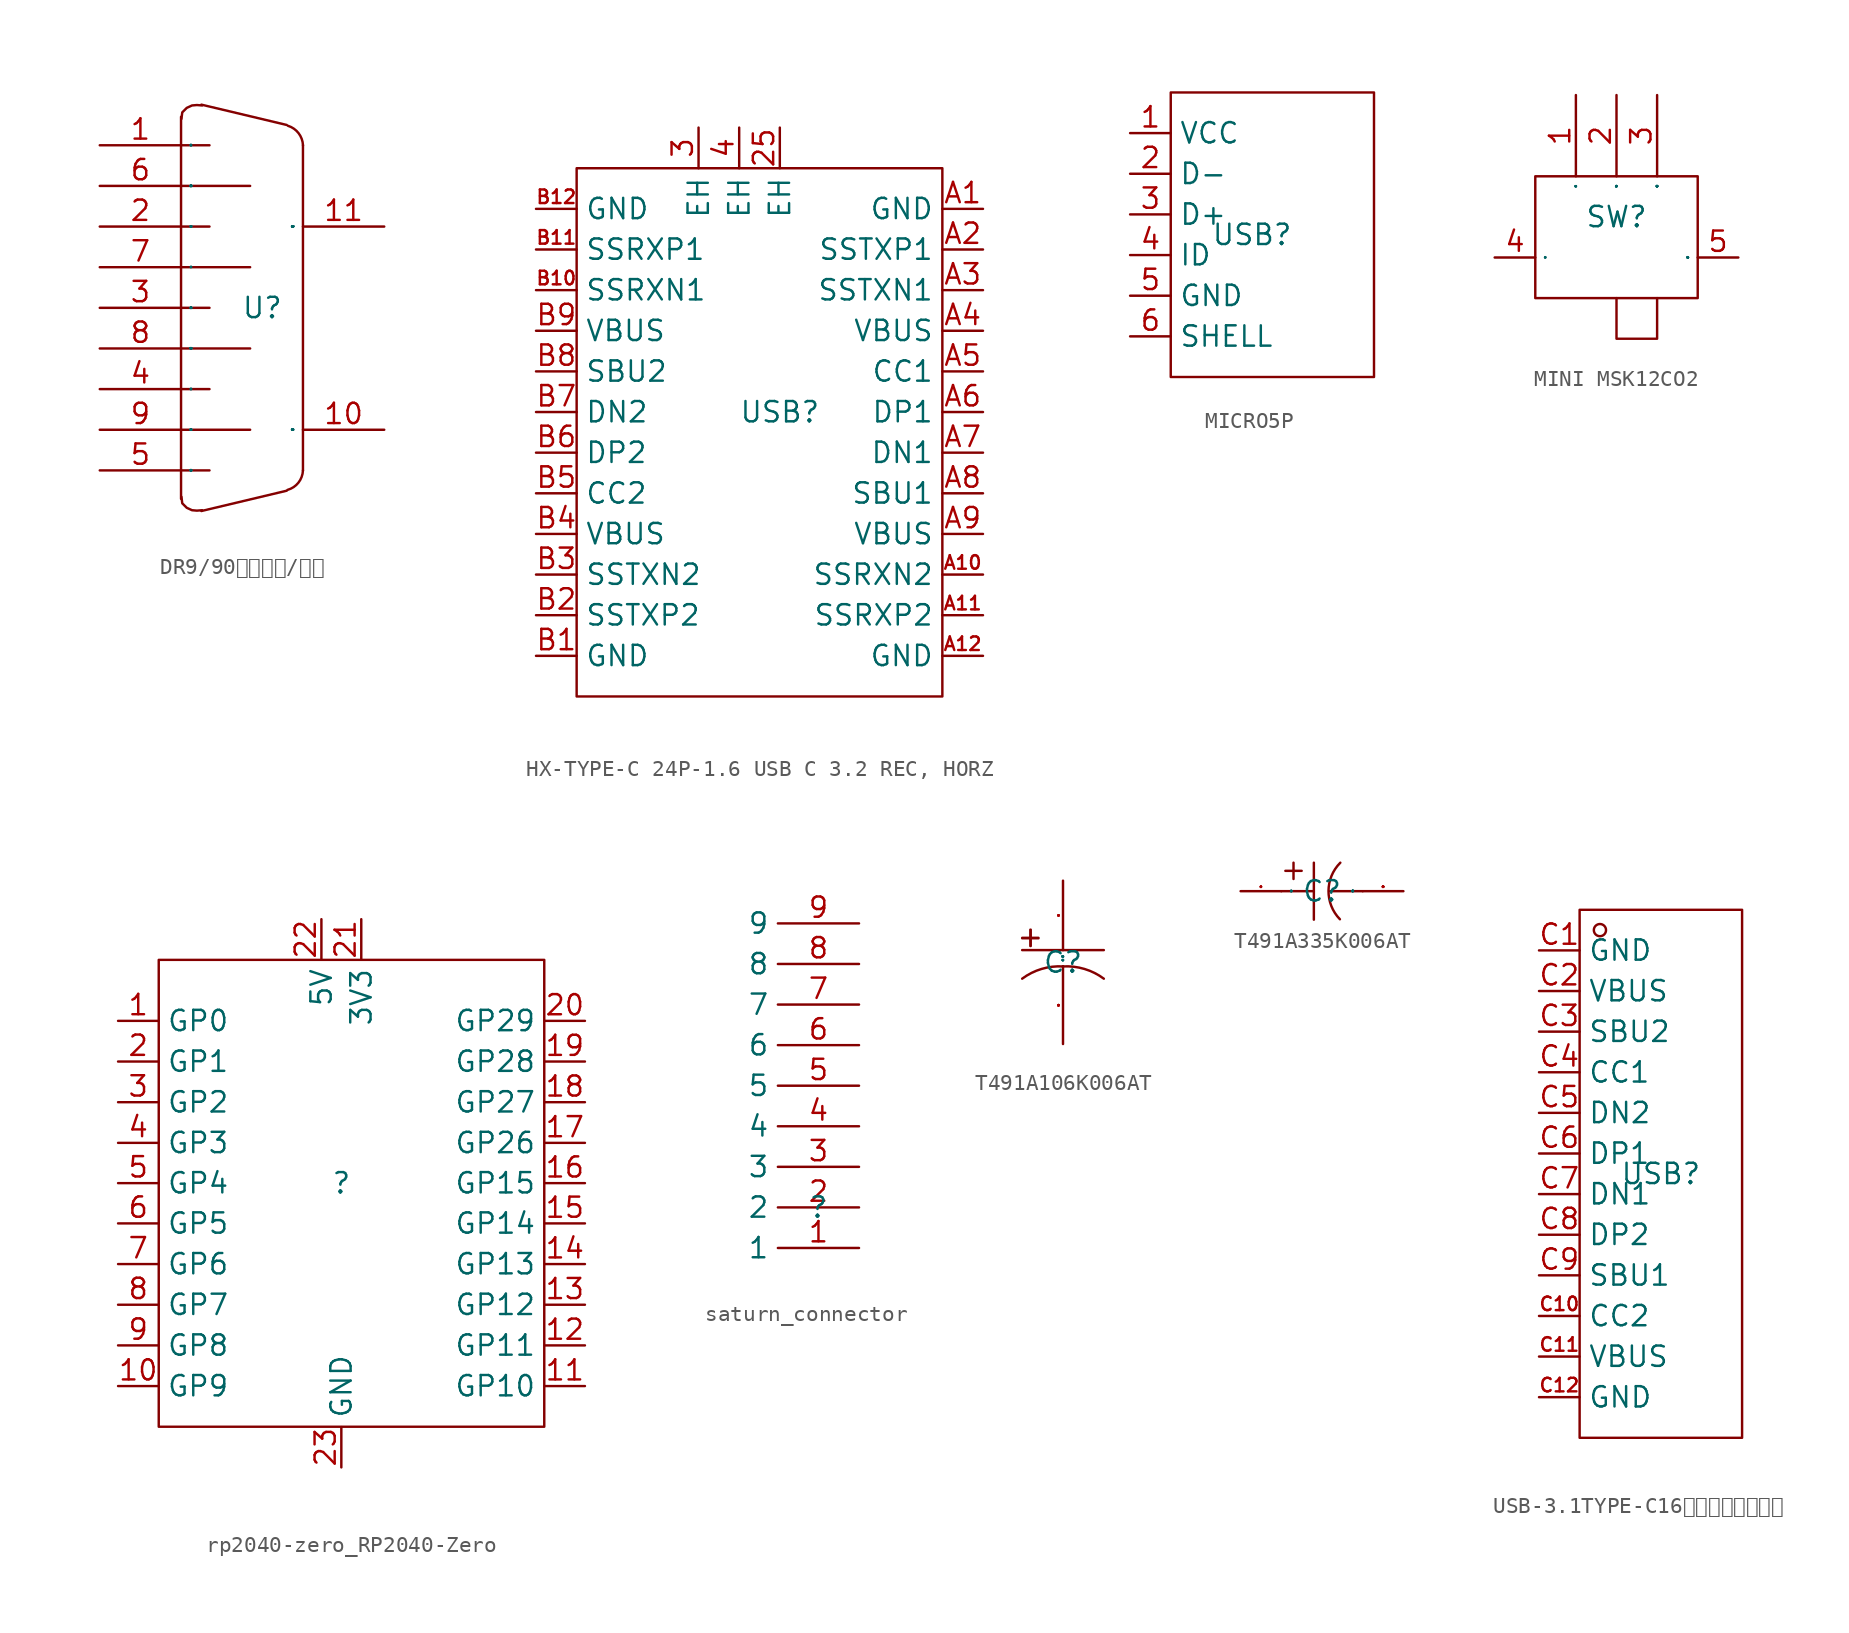
<source format=kicad_sym>
(kicad_symbol_lib
  (version 20241209)
  (generator "kicad_symbol_editor")
  (generator_version "9.0")
  (symbol "DR9/90度插板式/公头"
    (property "Reference" "U"
      (at 0 0 0)
      (effects (font (size 1.27 1.27))))
    (property "Value" ""
      (at 0 0 0)
      (effects (font (size 1.27 1.27))))
    (symbol "DR9/90度插板式/公头_1_0"
      (polyline (pts (xy -5.08 11.938) (xy -5.08 10.16)) (stroke (width 0) (type default)) (fill (type none)))
      (polyline (pts (xy -5.08 7.62) (xy -0.762 7.62)) (stroke (width 0) (type default)) (fill (type none)))
      (polyline (pts (xy -5.08 2.54) (xy -0.762 2.54)) (stroke (width 0) (type default)) (fill (type none)))
      (polyline (pts (xy -5.08 -2.54) (xy -0.762 -2.54)) (stroke (width 0) (type default)) (fill (type none)))
      (polyline (pts (xy -5.08 -7.62) (xy -0.762 -7.62)) (stroke (width 0) (type default)) (fill (type none)))
      (polyline (pts (xy -5.08 -10.16) (xy -5.08 10.16)) (stroke (width 0) (type default)) (fill (type none)))
      (polyline (pts (xy -5.08 -11.938) (xy -5.08 -10.16)) (stroke (width 0) (type default)) (fill (type none)))
      (polyline (pts (xy -5.055 -11.811) (xy -5.004 -12.217) (xy -5.004 -12.217) (xy -4.724 -12.497) (xy -4.724 -12.497) (xy -4.394 -12.649) (xy -4.394 -12.649) (xy -4.089 -12.675) (xy -4.089 -12.675) (xy -3.759 -12.649)) (stroke (width 0) (type default)) (fill (type none)))
      (polyline (pts (xy -3.759 12.649) (xy -4.089 12.675) (xy -4.089 12.675) (xy -4.394 12.649) (xy -4.394 12.649) (xy -4.724 12.497) (xy -4.724 12.497) (xy -5.004 12.217) (xy -5.004 12.217) (xy -5.055 11.811)) (stroke (width 0) (type default)) (fill (type none)))
      (polyline (pts (xy -3.302 10.16) (xy -5.08 10.16)) (stroke (width 0) (type default)) (fill (type none)))
      (polyline (pts (xy -3.302 5.08) (xy -5.08 5.08)) (stroke (width 0) (type default)) (fill (type none)))
      (polyline (pts (xy -3.302 0) (xy -5.08 0)) (stroke (width 0) (type default)) (fill (type none)))
      (polyline (pts (xy -3.302 -5.08) (xy -5.08 -5.08)) (stroke (width 0) (type default)) (fill (type none)))
      (polyline (pts (xy -3.302 -10.16) (xy -5.08 -10.16)) (stroke (width 0) (type default)) (fill (type none)))
      (arc (start 1.6002 11.3792) (mid 2.2633 10.9185) (end 2.54 10.16) (stroke (width 0) (type default)) (fill (type none)))
      (arc (start 2.54 -10.16) (mid 2.2566 -10.9273) (end 1.5748 -11.3792) (stroke (width 0) (type default)) (fill (type none)))
      (polyline (pts (xy 1.524 11.43) (xy -3.81 12.7)) (stroke (width 0) (type default)) (fill (type none)))
      (polyline (pts (xy 1.524 -11.43) (xy -3.81 -12.7)) (stroke (width 0) (type default)) (fill (type none)))
      (polyline (pts (xy 2.54 -10.16) (xy 2.54 10.16)) (stroke (width 0) (type default)) (fill (type none)))
      (pin input line (at -10.16 10.16 0) (length 5.08) (name "1" (effects (font (size 0.025 0.025)))) (number "1" (effects (font (size 1.27 1.27)))))
      (pin input line (at -10.16 7.62 0) (length 5.08) (name "6" (effects (font (size 0.025 0.025)))) (number "6" (effects (font (size 1.27 1.27)))))
      (pin input line (at -10.16 5.08 0) (length 5.08) (name "2" (effects (font (size 0.025 0.025)))) (number "2" (effects (font (size 1.27 1.27)))))
      (pin input line (at -10.16 2.54 0) (length 5.08) (name "7" (effects (font (size 0.025 0.025)))) (number "7" (effects (font (size 1.27 1.27)))))
      (pin input line (at -10.16 0 0) (length 5.08) (name "3" (effects (font (size 0.025 0.025)))) (number "3" (effects (font (size 1.27 1.27)))))
      (pin input line (at -10.16 -2.54 0) (length 5.08) (name "8" (effects (font (size 0.025 0.025)))) (number "8" (effects (font (size 1.27 1.27)))))
      (pin input line (at -10.16 -5.08 0) (length 5.08) (name "4" (effects (font (size 0.025 0.025)))) (number "4" (effects (font (size 1.27 1.27)))))
      (pin input line (at -10.16 -7.62 0) (length 5.08) (name "9" (effects (font (size 0.025 0.025)))) (number "9" (effects (font (size 1.27 1.27)))))
      (pin input line (at -10.16 -10.16 0) (length 5.08) (name "5" (effects (font (size 0.025 0.025)))) (number "5" (effects (font (size 1.27 1.27)))))
      (pin input line (at 7.62 5.08 180) (length 5.08) (name "MH2" (effects (font (size 0.025 0.025)))) (number "11" (effects (font (size 1.27 1.27)))))
      (pin input line (at 7.62 -7.62 180) (length 5.08) (name "MH1" (effects (font (size 0.025 0.025)))) (number "10" (effects (font (size 1.27 1.27)))))))
  (symbol "HX-TYPE-C 24P-1.6 USB C 3.2 REC, HORZ"
    (property "Reference" "USB"
      (at 0 0 0)
      (effects (font (size 1.27 1.27))))
    (property "Value" ""
      (at 0 0 0)
      (effects (font (size 1.27 1.27))))
    (symbol "HX-TYPE-C 24P-1.6 USB C 3.2 REC, HORZ_1_0"
      (rectangle (start -12.7 15.24) (end 10.16 -17.78) (stroke (width 0) (type default)) (fill (type none)))
      (pin unspecified line (at -15.24 12.7 0) (length 2.54) (name "GND" (effects (font (size 1.27 1.27)))) (number "B12" (effects (font (size 0.847 0.847)))))
      (pin unspecified line (at -15.24 10.16 0) (length 2.54) (name "SSRXP1" (effects (font (size 1.27 1.27)))) (number "B11" (effects (font (size 0.847 0.847)))))
      (pin unspecified line (at -15.24 7.62 0) (length 2.54) (name "SSRXN1" (effects (font (size 1.27 1.27)))) (number "B10" (effects (font (size 0.847 0.847)))))
      (pin unspecified line (at -15.24 5.08 0) (length 2.54) (name "VBUS" (effects (font (size 1.27 1.27)))) (number "B9" (effects (font (size 1.27 1.27)))))
      (pin unspecified line (at -15.24 2.54 0) (length 2.54) (name "SBU2" (effects (font (size 1.27 1.27)))) (number "B8" (effects (font (size 1.27 1.27)))))
      (pin unspecified line (at -15.24 0 0) (length 2.54) (name "DN2" (effects (font (size 1.27 1.27)))) (number "B7" (effects (font (size 1.27 1.27)))))
      (pin unspecified line (at -15.24 -2.54 0) (length 2.54) (name "DP2" (effects (font (size 1.27 1.27)))) (number "B6" (effects (font (size 1.27 1.27)))))
      (pin unspecified line (at -15.24 -5.08 0) (length 2.54) (name "CC2" (effects (font (size 1.27 1.27)))) (number "B5" (effects (font (size 1.27 1.27)))))
      (pin unspecified line (at -15.24 -7.62 0) (length 2.54) (name "VBUS" (effects (font (size 1.27 1.27)))) (number "B4" (effects (font (size 1.27 1.27)))))
      (pin unspecified line (at -15.24 -10.16 0) (length 2.54) (name "SSTXN2" (effects (font (size 1.27 1.27)))) (number "B3" (effects (font (size 1.27 1.27)))))
      (pin unspecified line (at -15.24 -12.7 0) (length 2.54) (name "SSTXP2" (effects (font (size 1.27 1.27)))) (number "B2" (effects (font (size 1.27 1.27)))))
      (pin unspecified line (at -15.24 -15.24 0) (length 2.54) (name "GND" (effects (font (size 1.27 1.27)))) (number "B1" (effects (font (size 1.27 1.27)))))
      (pin unspecified line (at -5.08 17.78 270) (length 2.54) (name "EH" (effects (font (size 1.27 1.27)))) (number "3" (effects (font (size 1.27 1.27)))))
      (pin unspecified line (at -2.54 17.78 270) (length 2.54) (name "EH" (effects (font (size 1.27 1.27)))) (number "4" (effects (font (size 1.27 1.27)))))
      (pin unspecified line (at 0 17.78 270) (length 2.54) (name "EH" (effects (font (size 1.27 1.27)))) (number "25" (effects (font (size 1.27 1.27)))))
      (pin unspecified line (at 12.7 12.7 180) (length 2.54) (name "GND" (effects (font (size 1.27 1.27)))) (number "A1" (effects (font (size 1.27 1.27)))))
      (pin unspecified line (at 12.7 10.16 180) (length 2.54) (name "SSTXP1" (effects (font (size 1.27 1.27)))) (number "A2" (effects (font (size 1.27 1.27)))))
      (pin unspecified line (at 12.7 7.62 180) (length 2.54) (name "SSTXN1" (effects (font (size 1.27 1.27)))) (number "A3" (effects (font (size 1.27 1.27)))))
      (pin unspecified line (at 12.7 5.08 180) (length 2.54) (name "VBUS" (effects (font (size 1.27 1.27)))) (number "A4" (effects (font (size 1.27 1.27)))))
      (pin unspecified line (at 12.7 2.54 180) (length 2.54) (name "CC1" (effects (font (size 1.27 1.27)))) (number "A5" (effects (font (size 1.27 1.27)))))
      (pin unspecified line (at 12.7 0 180) (length 2.54) (name "DP1" (effects (font (size 1.27 1.27)))) (number "A6" (effects (font (size 1.27 1.27)))))
      (pin unspecified line (at 12.7 -2.54 180) (length 2.54) (name "DN1" (effects (font (size 1.27 1.27)))) (number "A7" (effects (font (size 1.27 1.27)))))
      (pin unspecified line (at 12.7 -5.08 180) (length 2.54) (name "SBU1" (effects (font (size 1.27 1.27)))) (number "A8" (effects (font (size 1.27 1.27)))))
      (pin unspecified line (at 12.7 -7.62 180) (length 2.54) (name "VBUS" (effects (font (size 1.27 1.27)))) (number "A9" (effects (font (size 1.27 1.27)))))
      (pin unspecified line (at 12.7 -10.16 180) (length 2.54) (name "SSRXN2" (effects (font (size 1.27 1.27)))) (number "A10" (effects (font (size 0.847 0.847)))))
      (pin unspecified line (at 12.7 -12.7 180) (length 2.54) (name "SSRXP2" (effects (font (size 1.27 1.27)))) (number "A11" (effects (font (size 0.847 0.847)))))
      (pin unspecified line (at 12.7 -15.24 180) (length 2.54) (name "GND" (effects (font (size 1.27 1.27)))) (number "A12" (effects (font (size 0.847 0.847)))))))
  (symbol "MICRO5P"
    (property "Reference" "USB"
      (at 0 0 0)
      (effects (font (size 1.27 1.27))))
    (property "Value" ""
      (at 0 0 0)
      (effects (font (size 1.27 1.27))))
    (symbol "MICRO5P_1_0"
      (rectangle (start -5.08 8.89) (end 7.62 -8.89) (stroke (width 0) (type default)) (fill (type none)))
      (pin unspecified line (at -7.62 6.35 0) (length 2.54) (name "VCC" (effects (font (size 1.27 1.27)))) (number "1" (effects (font (size 1.27 1.27)))))
      (pin unspecified line (at -7.62 3.81 0) (length 2.54) (name "D-" (effects (font (size 1.27 1.27)))) (number "2" (effects (font (size 1.27 1.27)))))
      (pin unspecified line (at -7.62 1.27 0) (length 2.54) (name "D+" (effects (font (size 1.27 1.27)))) (number "3" (effects (font (size 1.27 1.27)))))
      (pin unspecified line (at -7.62 -1.27 0) (length 2.54) (name "ID" (effects (font (size 1.27 1.27)))) (number "4" (effects (font (size 1.27 1.27)))))
      (pin unspecified line (at -7.62 -3.81 0) (length 2.54) (name "GND" (effects (font (size 1.27 1.27)))) (number "5" (effects (font (size 1.27 1.27)))))
      (pin unspecified line (at -7.62 -6.35 0) (length 2.54) (name "SHELL" (effects (font (size 1.27 1.27)))) (number "6" (effects (font (size 1.27 1.27)))))))
  (symbol "MINI MSK12CO2"
    (property "Reference" "SW"
      (at 0 0 0)
      (effects (font (size 1.27 1.27))))
    (property "Value" ""
      (at 0 0 0)
      (effects (font (size 1.27 1.27))))
    (symbol "MINI MSK12CO2_1_0"
      (rectangle (start -5.08 -5.08) (end 5.08 2.54) (stroke (width 0) (type default)) (fill (type none)))
      (polyline (pts (xy 0 -5.08) (xy 0 -7.62) (xy 0 -7.62) (xy 2.54 -7.62) (xy 2.54 -7.62) (xy 2.54 -5.08)) (stroke (width 0) (type default)) (fill (type none)))
      (pin unspecified line (at -7.62 -2.54 0) (length 2.54) (name "4" (effects (font (size 0.025 0.025)))) (number "4" (effects (font (size 1.27 1.27)))))
      (pin unspecified line (at -2.54 7.62 270) (length 5.08) (name "1" (effects (font (size 0.025 0.025)))) (number "1" (effects (font (size 1.27 1.27)))))
      (pin unspecified line (at 0 7.62 270) (length 5.08) (name "2" (effects (font (size 0.025 0.025)))) (number "2" (effects (font (size 1.27 1.27)))))
      (pin unspecified line (at 2.54 7.62 270) (length 5.08) (name "3" (effects (font (size 0.025 0.025)))) (number "3" (effects (font (size 1.27 1.27)))))
      (pin unspecified line (at 7.62 -2.54 180) (length 2.54) (name "5" (effects (font (size 0.025 0.025)))) (number "5" (effects (font (size 1.27 1.27)))))))
  (symbol "rp2040-zero_RP2040-Zero"
    (property "Reference" ""
      (at 0 0 0)
      (effects (font (size 1.27 1.27))))
    (symbol "rp2040-zero_RP2040-Zero_1_0"
      (rectangle (start -11.405 -15.215) (end 12.675 13.945) (stroke (width 0) (type default)) (fill (type none)))
      (pin bidirectional line (at -13.945 10.135 0) (length 2.515) (name "GP0" (effects (font (size 1.27 1.27)))) (number "1" (effects (font (size 1.27 1.27)))))
      (pin bidirectional line (at -13.945 7.595 0) (length 2.515) (name "GP1" (effects (font (size 1.27 1.27)))) (number "2" (effects (font (size 1.27 1.27)))))
      (pin bidirectional line (at -13.945 5.055 0) (length 2.515) (name "GP2" (effects (font (size 1.27 1.27)))) (number "3" (effects (font (size 1.27 1.27)))))
      (pin bidirectional line (at -13.945 2.515 0) (length 2.515) (name "GP3" (effects (font (size 1.27 1.27)))) (number "4" (effects (font (size 1.27 1.27)))))
      (pin bidirectional line (at -13.945 0 0) (length 2.515) (name "GP4" (effects (font (size 1.27 1.27)))) (number "5" (effects (font (size 1.27 1.27)))))
      (pin bidirectional line (at -13.945 -2.515 0) (length 2.515) (name "GP5" (effects (font (size 1.27 1.27)))) (number "6" (effects (font (size 1.27 1.27)))))
      (pin bidirectional line (at -13.945 -5.055 0) (length 2.515) (name "GP6" (effects (font (size 1.27 1.27)))) (number "7" (effects (font (size 1.27 1.27)))))
      (pin bidirectional line (at -13.945 -7.595 0) (length 2.515) (name "GP7" (effects (font (size 1.27 1.27)))) (number "8" (effects (font (size 1.27 1.27)))))
      (pin bidirectional line (at -13.945 -10.135 0) (length 2.515) (name "GP8" (effects (font (size 1.27 1.27)))) (number "9" (effects (font (size 1.27 1.27)))))
      (pin bidirectional line (at -13.945 -12.675 0) (length 2.515) (name "GP9" (effects (font (size 1.27 1.27)))) (number "10" (effects (font (size 1.257 1.257)))))
      (pin input line (at -1.245 16.485 270) (length 2.515) (name "5V" (effects (font (size 1.27 1.27)))) (number "22" (effects (font (size 1.257 1.257)))))
      (pin input line (at 0 -17.755 90) (length 2.515) (name "GND" (effects (font (size 1.27 1.27)))) (number "23" (effects (font (size 1.257 1.257)))))
      (pin input line (at 1.245 16.485 270) (length 2.515) (name "3V3" (effects (font (size 1.27 1.27)))) (number "21" (effects (font (size 1.257 1.257)))))
      (pin bidirectional line (at 15.215 10.135 180) (length 2.515) (name "GP29" (effects (font (size 1.27 1.27)))) (number "20" (effects (font (size 1.257 1.257)))))
      (pin bidirectional line (at 15.215 7.595 180) (length 2.515) (name "GP28" (effects (font (size 1.27 1.27)))) (number "19" (effects (font (size 1.257 1.257)))))
      (pin bidirectional line (at 15.215 5.055 180) (length 2.515) (name "GP27" (effects (font (size 1.27 1.27)))) (number "18" (effects (font (size 1.257 1.257)))))
      (pin bidirectional line (at 15.215 2.515 180) (length 2.515) (name "GP26" (effects (font (size 1.27 1.27)))) (number "17" (effects (font (size 1.257 1.257)))))
      (pin bidirectional line (at 15.215 0 180) (length 2.515) (name "GP15" (effects (font (size 1.27 1.27)))) (number "16" (effects (font (size 1.257 1.257)))))
      (pin bidirectional line (at 15.215 -2.515 180) (length 2.515) (name "GP14" (effects (font (size 1.27 1.27)))) (number "15" (effects (font (size 1.257 1.257)))))
      (pin bidirectional line (at 15.215 -5.055 180) (length 2.515) (name "GP13" (effects (font (size 1.27 1.27)))) (number "14" (effects (font (size 1.257 1.257)))))
      (pin bidirectional line (at 15.215 -7.595 180) (length 2.515) (name "GP12" (effects (font (size 1.27 1.27)))) (number "13" (effects (font (size 1.257 1.257)))))
      (pin bidirectional line (at 15.215 -10.135 180) (length 2.515) (name "GP11" (effects (font (size 1.27 1.27)))) (number "12" (effects (font (size 1.257 1.257)))))
      (pin bidirectional line (at 15.215 -12.675 180) (length 2.515) (name "GP10" (effects (font (size 1.27 1.27)))) (number "11" (effects (font (size 1.257 1.257)))))))
  (symbol "saturn_connector"
    (property "Reference" ""
      (at 0 0 0)
      (effects (font (size 1.27 1.27))))
    (property "Value" ""
      (at 0 0 0)
      (effects (font (size 1.27 1.27))))
    (symbol "saturn_connector_1_0"
      (pin input line (at 2.54 17.78 180) (length 5.08) (name "9" (effects (font (size 1.27 1.27)))) (number "9" (effects (font (size 1.27 1.27)))))
      (pin input line (at 2.54 15.24 180) (length 5.08) (name "8" (effects (font (size 1.27 1.27)))) (number "8" (effects (font (size 1.27 1.27)))))
      (pin input line (at 2.54 12.7 180) (length 5.08) (name "7" (effects (font (size 1.27 1.27)))) (number "7" (effects (font (size 1.27 1.27)))))
      (pin input line (at 2.54 10.16 180) (length 5.08) (name "6" (effects (font (size 1.27 1.27)))) (number "6" (effects (font (size 1.27 1.27)))))
      (pin input line (at 2.54 7.62 180) (length 5.08) (name "5" (effects (font (size 1.27 1.27)))) (number "5" (effects (font (size 1.27 1.27)))))
      (pin input line (at 2.54 5.08 180) (length 5.08) (name "4" (effects (font (size 1.27 1.27)))) (number "4" (effects (font (size 1.27 1.27)))))
      (pin input line (at 2.54 2.54 180) (length 5.08) (name "3" (effects (font (size 1.27 1.27)))) (number "3" (effects (font (size 1.27 1.27)))))
      (pin input line (at 2.54 0 180) (length 5.08) (name "2" (effects (font (size 1.27 1.27)))) (number "2" (effects (font (size 1.27 1.27)))))
      (pin input line (at 2.54 -2.54 180) (length 5.08) (name "1" (effects (font (size 1.27 1.27)))) (number "1" (effects (font (size 1.27 1.27)))))))
  (symbol "T491A106K006AT"
    (property "Reference" "C"
      (at 0 0 0)
      (effects (font (size 1.27 1.27))))
    (symbol "T491A106K006AT_1_0"
      (rectangle (start -2.54 1.499) (end -1.524 1.524) (stroke (width 0) (type default)) (fill (type none)))
      (polyline (pts (xy -2.54 0.762) (xy 2.54 0.762)) (stroke (width 0) (type default)) (fill (type none)))
      (rectangle (start -2.032 1.016) (end -2.007 2.032) (stroke (width 0) (type default)) (fill (type none)))
      (arc (start -2.54 -1.016) (mid -1.3208 -0.4064) (end 0 -0.254) (stroke (width 0) (type default)) (fill (type none)))
      (arc (start 0 -0.254) (mid 1.3208 -0.4064) (end 2.54 -1.016) (stroke (width 0) (type default)) (fill (type none)))
      (pin unspecified line (at 0 5.08 270) (length 4.318) (name "1" (effects (font (size 0.025 0.025)))) (number "1" (effects (font (size 0.025 0.025)))))
      (pin unspecified line (at 0 -5.08 90) (length 4.826) (name "2" (effects (font (size 0.025 0.025)))) (number "2" (effects (font (size 0.025 0.025)))))))
  (symbol "T491A335K006AT"
    (property "Reference" "C"
      (at 0 0 0)
      (effects (font (size 1.27 1.27))))
    (symbol "T491A335K006AT_1_0"
      (polyline (pts (xy -2.54 0) (xy -0.508 0)) (stroke (width 0) (type default)) (fill (type none)))
      (polyline (pts (xy -2.286 1.27) (xy -1.27 1.27)) (stroke (width 0) (type default)) (fill (type none)))
      (polyline (pts (xy -1.778 1.778) (xy -1.778 0.762)) (stroke (width 0) (type default)) (fill (type none)))
      (polyline (pts (xy -0.508 1.778) (xy -0.508 -1.778)) (stroke (width 0) (type default)) (fill (type none)))
      (polyline (pts (xy 0.508 0) (xy 2.54 0)) (stroke (width 0) (type default)) (fill (type none)))
      (arc (start 1.1176 -1.7526) (mid 0.4064 0) (end 1.143 1.778) (stroke (width 0) (type default)) (fill (type none)))
      (pin input line (at -5.08 0 0) (length 2.54) (name "1" (effects (font (size 0.025 0.025)))) (number "1" (effects (font (size 0.025 0.025)))))
      (pin input line (at 5.08 0 180) (length 2.54) (name "2" (effects (font (size 0.025 0.025)))) (number "2" (effects (font (size 0.025 0.025)))))))
  (symbol "USB-3.1TYPE-C16沉板带螺丝孔双耳"
    (property "Reference" "USB"
      (at 0 0 0)
      (effects (font (size 1.27 1.27))))
    (property "Value" ""
      (at 0 0 0)
      (effects (font (size 1.27 1.27))))
    (symbol "USB-3.1TYPE-C16沉板带螺丝孔双耳_1_0"
      (rectangle (start -5.08 -16.51) (end 5.08 16.51) (stroke (width 0) (type default)) (fill (type none)))
      (circle (center -3.81 15.24) (radius 0.381) (stroke (width 0) (type default)) (fill (type none)))
      (pin input line (at -7.62 13.97 0) (length 2.54) (name "GND" (effects (font (size 1.27 1.27)))) (number "C1" (effects (font (size 1.27 1.27)))))
      (pin input line (at -7.62 11.43 0) (length 2.54) (name "VBUS" (effects (font (size 1.27 1.27)))) (number "C2" (effects (font (size 1.27 1.27)))))
      (pin input line (at -7.62 8.89 0) (length 2.54) (name "SBU2" (effects (font (size 1.27 1.27)))) (number "C3" (effects (font (size 1.27 1.27)))))
      (pin input line (at -7.62 6.35 0) (length 2.54) (name "CC1" (effects (font (size 1.27 1.27)))) (number "C4" (effects (font (size 1.27 1.27)))))
      (pin input line (at -7.62 3.81 0) (length 2.54) (name "DN2" (effects (font (size 1.27 1.27)))) (number "C5" (effects (font (size 1.27 1.27)))))
      (pin input line (at -7.62 1.27 0) (length 2.54) (name "DP1" (effects (font (size 1.27 1.27)))) (number "C6" (effects (font (size 1.27 1.27)))))
      (pin input line (at -7.62 -1.27 0) (length 2.54) (name "DN1" (effects (font (size 1.27 1.27)))) (number "C7" (effects (font (size 1.27 1.27)))))
      (pin input line (at -7.62 -3.81 0) (length 2.54) (name "DP2" (effects (font (size 1.27 1.27)))) (number "C8" (effects (font (size 1.27 1.27)))))
      (pin input line (at -7.62 -6.35 0) (length 2.54) (name "SBU1" (effects (font (size 1.27 1.27)))) (number "C9" (effects (font (size 1.27 1.27)))))
      (pin input line (at -7.62 -8.89 0) (length 2.54) (name "CC2" (effects (font (size 1.27 1.27)))) (number "C10" (effects (font (size 0.847 0.847)))))
      (pin input line (at -7.62 -11.43 0) (length 2.54) (name "VBUS" (effects (font (size 1.27 1.27)))) (number "C11" (effects (font (size 0.847 0.847)))))
      (pin input line (at -7.62 -13.97 0) (length 2.54) (name "GND" (effects (font (size 1.27 1.27)))) (number "C12" (effects (font (size 0.847 0.847))))))))
</source>
